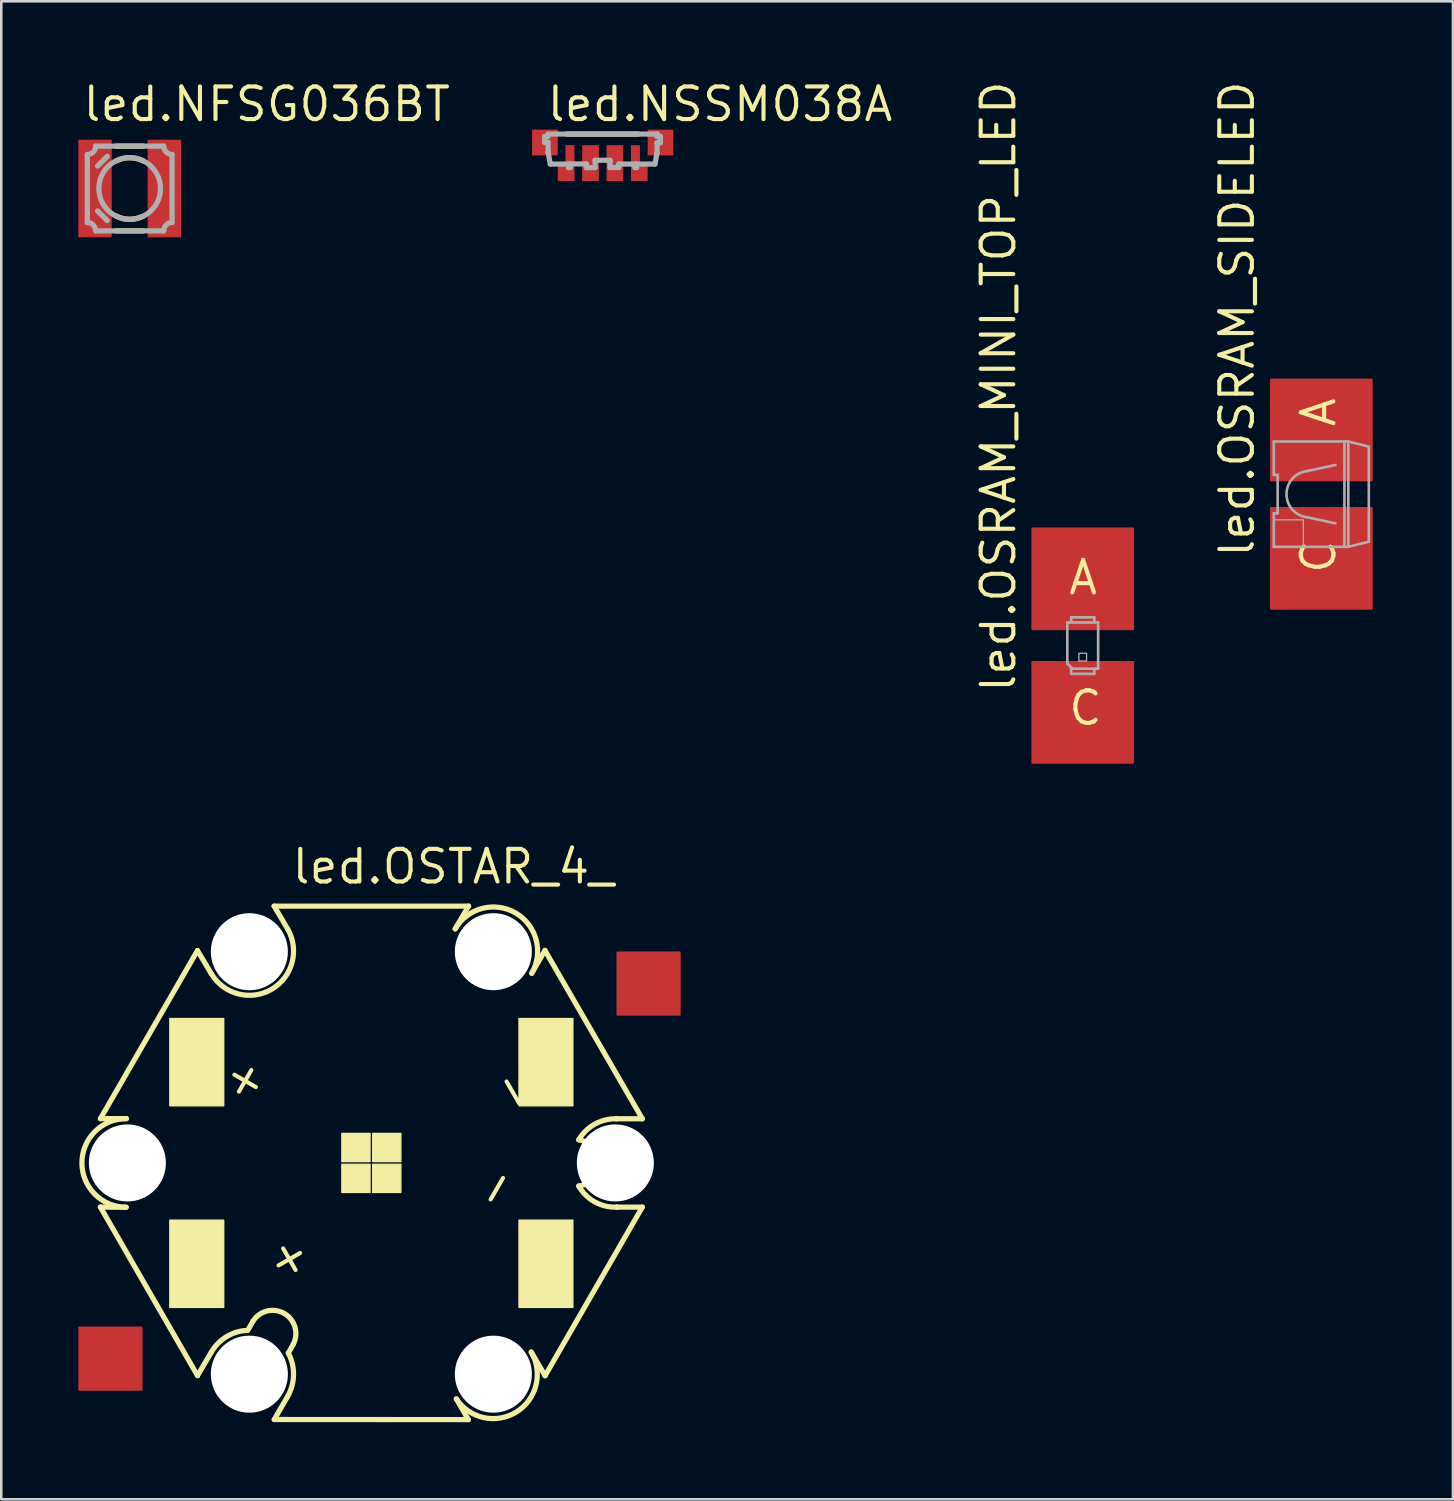
<source format=kicad_pcb>
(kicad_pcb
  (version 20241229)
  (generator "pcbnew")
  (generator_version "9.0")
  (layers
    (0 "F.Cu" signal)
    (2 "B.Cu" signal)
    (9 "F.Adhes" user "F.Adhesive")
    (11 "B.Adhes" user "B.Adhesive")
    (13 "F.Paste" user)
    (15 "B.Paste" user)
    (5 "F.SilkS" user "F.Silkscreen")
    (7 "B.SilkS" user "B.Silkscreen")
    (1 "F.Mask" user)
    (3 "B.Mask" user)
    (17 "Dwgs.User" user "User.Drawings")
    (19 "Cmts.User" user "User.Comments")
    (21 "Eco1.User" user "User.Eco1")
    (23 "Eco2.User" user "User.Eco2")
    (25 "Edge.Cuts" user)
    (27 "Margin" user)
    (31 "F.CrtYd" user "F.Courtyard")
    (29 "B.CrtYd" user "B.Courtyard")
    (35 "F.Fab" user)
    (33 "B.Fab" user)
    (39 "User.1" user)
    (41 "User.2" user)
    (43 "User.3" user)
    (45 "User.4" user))
  (footprint "led.OSRAM_MINI_TOP_LED"
    (layer "F.Cu")
    (at 39.11 22.088)
    (property "Reference" "led.OSRAM_MINI_TOP_LED" (at -2.54 1.905 90) (layer "F.SilkS") (effects (font (size 1.27 1.27) (thickness 0.16)) (justify left bottom)))
    (attr smd)
    (fp_rect (start -0.5 -0.6) (end 0.5 -1.4) (stroke (width 0.05) (type default)) (fill yes) (layer "F.Mask"))
    (fp_rect (start -0.5 1.4) (end 0.5 0.6) (stroke (width 0.05) (type default)) (fill yes) (layer "F.Mask"))
    (fp_rect (start -0.45 -0.65) (end 0.45 -1.35) (stroke (width 0.05) (type default)) (fill yes) (layer "F.Paste"))
    (fp_rect (start -0.45 1.35) (end 0.45 0.65) (stroke (width 0.05) (type default)) (fill yes) (layer "F.Paste"))
    (fp_line (start -0.6 -0.9) (end -0.6 0.7) (stroke (width 0.102) (type default)) (layer "F.Fab"))
    (fp_line (start -0.6 0.7) (end -0.4 0.9) (stroke (width 0.102) (type default)) (layer "F.Fab"))
    (fp_line (start -0.45 -1.1) (end 0.45 -1.1) (stroke (width 0.102) (type default)) (layer "F.Fab"))
    (fp_line (start -0.45 -0.95) (end -0.45 -1.1) (stroke (width 0.102) (type default)) (layer "F.Fab"))
    (fp_line (start -0.45 0.9) (end -0.45 1.1) (stroke (width 0.102) (type default)) (layer "F.Fab"))
    (fp_line (start -0.45 0.9) (end -0.4 0.9) (stroke (width 0.102) (type default)) (layer "F.Fab"))
    (fp_line (start -0.45 1.1) (end 0.45 1.1) (stroke (width 0.102) (type default)) (layer "F.Fab"))
    (fp_line (start -0.4 0.9) (end 0.6 0.9) (stroke (width 0.102) (type default)) (layer "F.Fab"))
    (fp_line (start 0.45 -1.1) (end 0.45 -0.95) (stroke (width 0.102) (type default)) (layer "F.Fab"))
    (fp_line (start 0.45 1.1) (end 0.45 0.95) (stroke (width 0.102) (type default)) (layer "F.Fab"))
    (fp_line (start 0.6 -0.9) (end -0.6 -0.9) (stroke (width 0.102) (type default)) (layer "F.Fab"))
    (fp_line (start 0.6 0.9) (end 0.6 -0.9) (stroke (width 0.102) (type default)) (layer "F.Fab"))
    (fp_rect (start -0.15 0.6) (end 0.15 0.3) (stroke (width 0.05) (type default)) (fill no) (layer "F.Fab"))
    (fp_text user "C" (at -0.635 3.175 0) (layer "F.SilkS") (effects (font (size 1.27 1.27) (thickness 0.16)) (justify left bottom)))
    (fp_text user "A" (at -0.635 -1.905 0) (layer "F.SilkS") (effects (font (size 1.27 1.27) (thickness 0.16)) (justify left bottom)))
    (pad "A" smd roundrect (at 0 -2.6) (size 4 4) (layers "F.Cu" "F.Mask" "F.Paste") (roundrect_rratio 0.01))
    (pad "C" smd roundrect (at 0 2.6) (size 4 4) (layers "F.Cu" "F.Mask" "F.Paste") (roundrect_rratio 0.01)))
  (footprint "led.OSRAM_SIDELED"
    (layer "F.Cu")
    (at 48.4 16.192)
    (property "Reference" "led.OSRAM_SIDELED" (at -2.54 2.54 90) (layer "F.SilkS") (effects (font (size 1.27 1.27) (thickness 0.16)) (justify left bottom)))
    (attr smd)
    (fp_rect (start -2.1 -0.4) (end 2.1 -2.2) (stroke (width 0.05) (type default)) (fill yes) (layer "F.Mask"))
    (fp_rect (start -2.1 2.2) (end 2.1 0.4) (stroke (width 0.05) (type default)) (fill yes) (layer "F.Mask"))
    (fp_rect (start -1.9 -0.6) (end 1.9 -2.1) (stroke (width 0.05) (type default)) (fill yes) (layer "F.Paste"))
    (fp_rect (start -1.9 2.1) (end 1.9 0.6) (stroke (width 0.05) (type default)) (fill yes) (layer "F.Paste"))
    (fp_line (start -1.85 -2.05) (end 0.9 -2.05) (stroke (width 0.102) (type default)) (layer "F.Fab"))
    (fp_line (start -1.85 -0.75) (end -1.85 -2.05) (stroke (width 0.102) (type default)) (layer "F.Fab"))
    (fp_line (start -1.85 0.75) (end -1.7 0.75) (stroke (width 0.102) (type default)) (layer "F.Fab"))
    (fp_line (start -1.85 2.05) (end -1.85 0.75) (stroke (width 0.102) (type default)) (layer "F.Fab"))
    (fp_line (start -1.7 -0.75) (end -1.85 -0.75) (stroke (width 0.102) (type default)) (layer "F.Fab"))
    (fp_line (start -1.7 0.75) (end -1.7 -0.75) (stroke (width 0.102) (type default)) (layer "F.Fab"))
    (fp_line (start -0.55 -0.9) (end 0.85 -1.2) (stroke (width 0.102) (type dash)) (layer "F.Fab"))
    (fp_line (start -0.55 0.9) (end 0.85 1.2) (stroke (width 0.102) (type dash)) (layer "F.Fab"))
    (fp_line (start 0.9 -2.05) (end 0.9 2.05) (stroke (width 0.102) (type default)) (layer "F.Fab"))
    (fp_line (start 0.9 2.05) (end -1.85 2.05) (stroke (width 0.102) (type default)) (layer "F.Fab"))
    (fp_line (start 0.9 2.05) (end 1.05 2.05) (stroke (width 0.102) (type default)) (layer "F.Fab"))
    (fp_line (start 1.05 -2.05) (end 0.9 -2.05) (stroke (width 0.102) (type default)) (layer "F.Fab"))
    (fp_line (start 1.05 -2.05) (end 1.05 2.05) (stroke (width 0.102) (type default)) (layer "F.Fab"))
    (fp_line (start 1.05 2.05) (end 1.85 1.85) (stroke (width 0.102) (type default)) (layer "F.Fab"))
    (fp_line (start 1.85 -1.85) (end 1.05 -2.05) (stroke (width 0.102) (type default)) (layer "F.Fab"))
    (fp_line (start 1.85 1.85) (end 1.85 -1.85) (stroke (width 0.102) (type default)) (layer "F.Fab"))
    (fp_rect (start -1.85 2.05) (end -0.7 1) (stroke (width 0.05) (type default)) (fill no) (layer "F.Fab"))
    (fp_arc (start -0.55 0.9) (mid -1.355539 0) (end -0.55 -0.9) (stroke (width 0.1016) (type default)) (layer "F.Fab"))
    (fp_text user "A" (at 0.635 -2.54 90) (layer "F.SilkS") (effects (font (size 1.27 1.27) (thickness 0.16)) (justify left bottom)))
    (fp_text user "C" (at 0.635 3.175 90) (layer "F.SilkS") (effects (font (size 1.27 1.27) (thickness 0.16)) (justify left bottom)))
    (pad "A" smd roundrect (at 0 -2.5) (size 4 4) (layers "F.Cu" "F.Mask" "F.Paste") (roundrect_rratio 0.01))
    (pad "C" smd roundrect (at 0 2.5) (size 4 4) (layers "F.Cu" "F.Mask" "F.Paste") (roundrect_rratio 0.01)))
  (footprint "led.OSTAR_4_"
    (layer "F.Cu")
    (at 11.41 42.233)
    (property "Reference" "led.OSTAR_4_" (at -3.175 -10.795 0) (layer "F.SilkS") (effects (font (size 1.27 1.27) (thickness 0.16)) (justify left bottom)))
    (attr smd)
    (fp_line (start -10.55 -1.725) (end -6.77 -8.27) (stroke (width 0.203) (type default)) (layer "F.SilkS"))
    (fp_line (start -10.55 1.72) (end -9.55 1.725) (stroke (width 0.203) (type default)) (layer "F.SilkS"))
    (fp_line (start -9.54 -1.725) (end -10.55 -1.725) (stroke (width 0.203) (type default)) (layer "F.SilkS"))
    (fp_line (start -6.77 -8.27) (end -6.23 -7.365) (stroke (width 0.203) (type default)) (layer "F.SilkS"))
    (fp_line (start -6.77 8.28) (end -10.55 1.72) (stroke (width 0.203) (type default)) (layer "F.SilkS"))
    (fp_line (start -6.24 7.385) (end -6.77 8.28) (stroke (width 0.203) (type default)) (layer "F.SilkS"))
    (fp_line (start -4.805 6.505) (end -4.615 6.17) (stroke (width 0.203) (type default)) (layer "F.SilkS"))
    (fp_line (start -3.785 -10) (end 3.785 -10) (stroke (width 0.203) (type default)) (layer "F.SilkS"))
    (fp_line (start -3.78 9.99) (end -3.26 9.09) (stroke (width 0.203) (type default)) (layer "F.SilkS"))
    (fp_line (start -3.26 -9.11) (end -3.785 -10) (stroke (width 0.203) (type default)) (layer "F.SilkS"))
    (fp_line (start -3.04 7.06) (end -3.23 7.4) (stroke (width 0.203) (type default)) (layer "F.SilkS"))
    (fp_line (start 3.31 9.19) (end 3.775 9.995) (stroke (width 0.203) (type default)) (layer "F.SilkS"))
    (fp_line (start 3.775 9.995) (end -3.78 9.99) (stroke (width 0.203) (type default)) (layer "F.SilkS"))
    (fp_line (start 3.785 -10) (end 3.265 -9.115) (stroke (width 0.203) (type default)) (layer "F.SilkS"))
    (fp_line (start 6.245 -7.385) (end 6.76 -8.275) (stroke (width 0.203) (type default)) (layer "F.SilkS"))
    (fp_line (start 6.76 -8.275) (end 10.55 -1.72) (stroke (width 0.203) (type default)) (layer "F.SilkS"))
    (fp_line (start 6.765 8.285) (end 6.225 7.365) (stroke (width 0.203) (type default)) (layer "F.SilkS"))
    (fp_line (start 9.54 -1.72) (end 9.535 -1.72) (stroke (width 0.203) (type default)) (layer "F.SilkS"))
    (fp_line (start 9.55 1.72) (end 9.565 1.72) (stroke (width 0.203) (type default)) (layer "F.SilkS"))
    (fp_line (start 9.565 1.72) (end 10.55 1.72) (stroke (width 0.203) (type default)) (layer "F.SilkS"))
    (fp_line (start 10.55 -1.72) (end 9.54 -1.72) (stroke (width 0.203) (type default)) (layer "F.SilkS"))
    (fp_line (start 10.55 1.72) (end 6.765 8.285) (stroke (width 0.203) (type default)) (layer "F.SilkS"))
    (fp_rect (start -7.848 5.625) (end -5.748 2.225) (stroke (width 0.05) (type default)) (fill yes) (layer "F.SilkS"))
    (fp_rect (start -7.848 -2.225) (end -5.748 -5.625) (stroke (width 0.05) (type default)) (fill yes) (layer "F.SilkS"))
    (fp_rect (start -1.15 -0.05) (end -0.05 -1.15) (stroke (width 0.05) (type default)) (fill yes) (layer "F.SilkS"))
    (fp_rect (start -1.15 1.15) (end -0.05 0.05) (stroke (width 0.05) (type default)) (fill yes) (layer "F.SilkS"))
    (fp_rect (start 0.05 -0.05) (end 1.15 -1.15) (stroke (width 0.05) (type default)) (fill yes) (layer "F.SilkS"))
    (fp_rect (start 0.05 1.15) (end 1.15 0.05) (stroke (width 0.05) (type default)) (fill yes) (layer "F.SilkS"))
    (fp_rect (start 5.748 5.625) (end 7.848 2.225) (stroke (width 0.05) (type default)) (fill yes) (layer "F.SilkS"))
    (fp_rect (start 5.748 -2.225) (end 7.848 -5.625) (stroke (width 0.05) (type default)) (fill yes) (layer "F.SilkS"))
    (fp_arc (start -9.55 1.725) (mid -11.266404 -0.00499) (end -9.54 -1.725) (stroke (width 0.2032) (type default)) (layer "F.SilkS"))
    (fp_arc (start -6.24 7.385) (mid -5.643077 6.766871) (end -4.82 6.52) (stroke (width 0.2032) (type default)) (layer "F.SilkS"))
    (fp_arc (start -4.615 6.17) (mid -3.39951 5.857602) (end -3.04 7.06) (stroke (width 0.2032) (type default)) (layer "F.SilkS"))
    (fp_arc (start -3.26 -9.11) (mid -3.878414 -6.762566) (end -6.23 -7.365) (stroke (width 0.2032) (type default)) (layer "F.SilkS"))
    (fp_arc (start -3.235 7.4) (mid -3.030175 8.248215) (end -3.26 9.09) (stroke (width 0.2032) (type default)) (layer "F.SilkS"))
    (fp_arc (start 3.265 -9.115) (mid 5.615484 -9.73222) (end 6.245 -7.385) (stroke (width 0.2032) (type default)) (layer "F.SilkS"))
    (fp_arc (start 6.225 7.365) (mid 5.654266 9.693896) (end 3.31 9.19) (stroke (width 0.2032) (type default)) (layer "F.SilkS"))
    (fp_arc (start 8.075 -0.9) (mid 8.85357 0) (end 8.075 0.9) (stroke (width 0.2032) (type default)) (layer "F.SilkS"))
    (fp_arc (start 8.075 -0.9) (mid 8.696289 -1.508689) (end 9.54 -1.72) (stroke (width 0.2032) (type default)) (layer "F.SilkS"))
    (fp_arc (start 9.565 1.72) (mid 8.704471 1.519925) (end 8.075 0.9) (stroke (width 0.2032) (type default)) (layer "F.SilkS"))
    (fp_text user "+" (at -4.8 -2.1 60) (layer "F.SilkS") (effects (font (size 1.27 1.27) (thickness 0.16)) (justify left bottom)))
    (fp_text user "-" (at 5 2.1 240) (layer "F.SilkS") (effects (font (size 1.27 1.27) (thickness 0.16)) (justify left bottom)))
    (fp_text user "+" (at -4.2 3.3 120) (layer "F.SilkS") (effects (font (size 1.27 1.27) (thickness 0.16)) (justify left bottom)))
    (fp_text user "-" (at 4.5 -3.2 300) (layer "F.SilkS") (effects (font (size 1.27 1.27) (thickness 0.16)) (justify left bottom)))
    (pad "" np_thru_hole circle (at -9.5 0) (size 3 3) (drill 3) (layers "*.Cu" "*.Mask"))
    (pad "" np_thru_hole circle (at -4.75 -8.225) (size 3 3) (drill 3) (layers "*.Cu" "*.Mask"))
    (pad "" np_thru_hole circle (at -4.75 8.225) (size 3 3) (drill 3) (layers "*.Cu" "*.Mask"))
    (pad "" np_thru_hole circle (at 4.75 -8.225) (size 3 3) (drill 3) (layers "*.Cu" "*.Mask"))
    (pad "" np_thru_hole circle (at 4.75 8.225) (size 3 3) (drill 3) (layers "*.Cu" "*.Mask"))
    (pad "" np_thru_hole circle (at 9.5 0) (size 3 3) (drill 3) (layers "*.Cu" "*.Mask"))
    (pad "+" smd roundrect (at -10.16 7.62) (size 2.5 2.5) (layers "F.Cu" "F.Mask" "F.Paste") (roundrect_rratio 0.01))
    (pad "-" smd roundrect (at 10.795 -6.985) (size 2.5 2.5) (layers "F.Cu" "F.Mask" "F.Paste") (roundrect_rratio 0.01)))
  (footprint "led.NFSG036BT"
    (layer "F.Cu")
    (at 2 4.29)
    (property "Reference" "led.NFSG036BT" (at -1.905 -2.54 0) (layer "F.SilkS") (effects (font (size 1.27 1.27) (thickness 0.16)) (justify left bottom)))
    (attr smd)
    (fp_line (start -0.525 -1.65) (end 0.525 -1.65) (stroke (width 0.203) (type default)) (layer "F.SilkS"))
    (fp_line (start 0.525 1.65) (end -0.525 1.65) (stroke (width 0.203) (type default)) (layer "F.SilkS"))
    (fp_arc (start -0.525 -1.075) (mid 0 -1.2) (end 0.525 -1.075) (stroke (width 0.2032) (type default)) (layer "F.SilkS"))
    (fp_arc (start 0.525 1.075) (mid 0 1.2) (end -0.525 1.075) (stroke (width 0.2032) (type default)) (layer "F.SilkS"))
    (fp_line (start -1.65 -1.325) (end -1.65 1.325) (stroke (width 0.203) (type default)) (layer "F.Fab"))
    (fp_line (start -1.325 1.65) (end 1.325 1.65) (stroke (width 0.203) (type default)) (layer "F.Fab"))
    (fp_line (start -1.25 -0.875) (end -0.875 -1.25) (stroke (width 0.203) (type default)) (layer "F.Fab"))
    (fp_line (start -0.875 1.25) (end -1.25 0.875) (stroke (width 0.203) (type default)) (layer "F.Fab"))
    (fp_line (start 1.325 -1.65) (end -1.325 -1.65) (stroke (width 0.203) (type default)) (layer "F.Fab"))
    (fp_line (start 1.65 1.325) (end 1.65 -1.325) (stroke (width 0.203) (type default)) (layer "F.Fab"))
    (fp_arc (start -1.65 1.325) (mid -1.420161 1.420161) (end -1.325 1.65) (stroke (width 0.2032) (type default)) (layer "F.Fab"))
    (fp_arc (start -1.325 -1.65) (mid -1.420161 -1.420161) (end -1.65 -1.325) (stroke (width 0.2032) (type default)) (layer "F.Fab"))
    (fp_arc (start 1.325 1.65) (mid 1.420161 1.420161) (end 1.65 1.325) (stroke (width 0.2032) (type default)) (layer "F.Fab"))
    (fp_arc (start 1.65 -1.325) (mid 1.420161 -1.420161) (end 1.325 -1.65) (stroke (width 0.2032) (type default)) (layer "F.Fab"))
    (fp_circle (center 0 0) (end 1.2 0) (stroke (width 0.203) (type default)) (fill no) (layer "F.Fab"))
    (pad "A" smd roundrect (at 1.35 0) (size 1.3 3.8) (layers "F.Cu" "F.Mask" "F.Paste") (roundrect_rratio 0.01))
    (pad "C" smd roundrect (at -1.35 0) (size 1.3 3.8) (layers "F.Cu" "F.Mask" "F.Paste") (roundrect_rratio 0.01)))
  (footprint "led.NSSM038A"
    (layer "F.Cu")
    (at 20.418 2)
    (property "Reference" "led.NSSM038A" (at -2.25 -0.25 0) (layer "F.SilkS") (effects (font (size 1.27 1.27) (thickness 0.16)) (justify left bottom)))
    (attr smd)
    (fp_rect (start -2.8 1.05) (end -1.7 -0.05) (stroke (width 0.05) (type default)) (fill yes) (layer "F.Mask"))
    (fp_rect (start -1.775 2.025) (end -1.45 1.275) (stroke (width 0.05) (type default)) (fill yes) (layer "F.Mask"))
    (fp_rect (start -1.475 2.025) (end -1.075 0.575) (stroke (width 0.05) (type default)) (fill yes) (layer "F.Mask"))
    (fp_rect (start -0.825 2.025) (end -0.125 0.575) (stroke (width 0.05) (type default)) (fill yes) (layer "F.Mask"))
    (fp_rect (start 0.125 2.025) (end 0.825 0.575) (stroke (width 0.05) (type default)) (fill yes) (layer "F.Mask"))
    (fp_rect (start 1.075 2.025) (end 1.475 0.575) (stroke (width 0.05) (type default)) (fill yes) (layer "F.Mask"))
    (fp_rect (start 1.45 2.025) (end 1.775 1.275) (stroke (width 0.05) (type default)) (fill yes) (layer "F.Mask"))
    (fp_rect (start 1.7 1.05) (end 2.8 -0.05) (stroke (width 0.05) (type default)) (fill yes) (layer "F.Mask"))
    (fp_line (start -1.38 0.17) (end 1.38 0.17) (stroke (width 0.203) (type default)) (layer "F.SilkS"))
    (fp_rect (start -2.675 0.95) (end -1.8 0.05) (stroke (width 0.05) (type default)) (fill yes) (layer "F.Paste"))
    (fp_rect (start -1.425 1.95) (end -1.125 0.65) (stroke (width 0.05) (type default)) (fill yes) (layer "F.Paste"))
    (fp_rect (start -0.75 1.95) (end -0.2 0.65) (stroke (width 0.05) (type default)) (fill yes) (layer "F.Paste"))
    (fp_rect (start 0.2 1.95) (end 0.75 0.65) (stroke (width 0.05) (type default)) (fill yes) (layer "F.Paste"))
    (fp_rect (start 1.125 1.95) (end 1.425 0.65) (stroke (width 0.05) (type default)) (fill yes) (layer "F.Paste"))
    (fp_rect (start 1.8 0.95) (end 2.675 0.05) (stroke (width 0.05) (type default)) (fill yes) (layer "F.Paste"))
    (fp_line (start -2.256 0.264) (end -2.128 0.264) (stroke (width 0.203) (type default)) (layer "F.Fab"))
    (fp_line (start -2.256 0.492) (end -2.256 0.264) (stroke (width 0.203) (type default)) (layer "F.Fab"))
    (fp_line (start -2.13 0.17) (end 2.13 0.17) (stroke (width 0.203) (type default)) (layer "F.Fab"))
    (fp_line (start -2.126 0.492) (end -2.256 0.492) (stroke (width 0.203) (type default)) (layer "F.Fab"))
    (fp_line (start -2.126 0.891) (end -2.126 0.492) (stroke (width 0.203) (type default)) (layer "F.Fab"))
    (fp_line (start -2.122 0.891) (end -2.126 0.891) (stroke (width 0.203) (type default)) (layer "F.Fab"))
    (fp_line (start -2.041 1.338) (end -2.122 0.891) (stroke (width 0.203) (type default)) (layer "F.Fab"))
    (fp_line (start -1.329 1.338) (end -2.041 1.338) (stroke (width 0.203) (type default)) (layer "F.Fab"))
    (fp_line (start -1.329 1.473) (end -1.329 1.338) (stroke (width 0.203) (type default)) (layer "F.Fab"))
    (fp_line (start -1.262 1.334) (end -1.262 1.473) (stroke (width 0.203) (type default)) (layer "F.Fab"))
    (fp_line (start -1.262 1.473) (end -1.329 1.473) (stroke (width 0.203) (type default)) (layer "F.Fab"))
    (fp_line (start -0.636 1.334) (end -1.262 1.334) (stroke (width 0.203) (type default)) (layer "F.Fab"))
    (fp_line (start -0.636 1.477) (end -0.636 1.334) (stroke (width 0.203) (type default)) (layer "F.Fab"))
    (fp_line (start -0.295 1.191) (end -0.295 1.477) (stroke (width 0.203) (type default)) (layer "F.Fab"))
    (fp_line (start -0.295 1.477) (end -0.636 1.477) (stroke (width 0.203) (type default)) (layer "F.Fab"))
    (fp_line (start 0.286 1.191) (end -0.295 1.191) (stroke (width 0.203) (type default)) (layer "F.Fab"))
    (fp_line (start 0.286 1.473) (end 0.286 1.191) (stroke (width 0.203) (type default)) (layer "F.Fab"))
    (fp_line (start 0.622 1.473) (end 0.286 1.473) (stroke (width 0.203) (type default)) (layer "F.Fab"))
    (fp_line (start 0.627 1.338) (end 0.622 1.473) (stroke (width 0.203) (type default)) (layer "F.Fab"))
    (fp_line (start 1.258 1.338) (end 0.627 1.338) (stroke (width 0.203) (type default)) (layer "F.Fab"))
    (fp_line (start 1.258 1.473) (end 1.258 1.338) (stroke (width 0.203) (type default)) (layer "F.Fab"))
    (fp_line (start 1.32 1.338) (end 1.32 1.473) (stroke (width 0.203) (type default)) (layer "F.Fab"))
    (fp_line (start 1.32 1.473) (end 1.258 1.473) (stroke (width 0.203) (type default)) (layer "F.Fab"))
    (fp_line (start 2.037 1.338) (end 1.32 1.338) (stroke (width 0.203) (type default)) (layer "F.Fab"))
    (fp_line (start 2.117 0.264) (end 2.247 0.264) (stroke (width 0.203) (type default)) (layer "F.Fab"))
    (fp_line (start 2.117 0.506) (end 2.117 0.895) (stroke (width 0.203) (type default)) (layer "F.Fab"))
    (fp_line (start 2.117 0.895) (end 2.037 1.338) (stroke (width 0.203) (type default)) (layer "F.Fab"))
    (fp_line (start 2.13 0.17) (end 2.117 0.264) (stroke (width 0.203) (type default)) (layer "F.Fab"))
    (fp_line (start 2.247 0.264) (end 2.247 0.506) (stroke (width 0.203) (type default)) (layer "F.Fab"))
    (fp_line (start 2.247 0.506) (end 2.117 0.506) (stroke (width 0.203) (type default)) (layer "F.Fab"))
    (pad "1" smd roundrect (at -2.25 0.5) (size 1 1) (layers "F.Cu" "F.Mask" "F.Paste") (roundrect_rratio 0.01))
    (pad "2" smd roundrect (at -1.275 1.3) (size 0.35 1.4) (layers "F.Cu" "F.Mask" "F.Paste") (roundrect_rratio 0.01))
    (pad "2@1" smd roundrect (at -1.575 1.65) (size 0.35 0.7) (layers "F.Cu" "F.Mask" "F.Paste") (roundrect_rratio 0.01))
    (pad "3" smd roundrect (at -0.475 1.3) (size 0.65 1.4) (layers "F.Cu" "F.Mask" "F.Paste") (roundrect_rratio 0.01))
    (pad "4" smd roundrect (at 0.475 1.3) (size 0.65 1.4) (layers "F.Cu" "F.Mask" "F.Paste") (roundrect_rratio 0.01))
    (pad "5" smd roundrect (at 1.275 1.3) (size 0.35 1.4) (layers "F.Cu" "F.Mask" "F.Paste") (roundrect_rratio 0.01))
    (pad "5@1" smd roundrect (at 1.575 1.65) (size 0.35 0.7) (layers "F.Cu" "F.Mask" "F.Paste") (roundrect_rratio 0.01))
    (pad "6" smd roundrect (at 2.25 0.5) (size 1 1) (layers "F.Cu" "F.Mask" "F.Paste") (roundrect_rratio 0.01)))
  (gr_rect
    (start -3 -3)
    (end 53.525 55.33)
    (stroke (width 0.1) (type default))
    (fill no)
    (layer "Edge.Cuts")))
</source>
